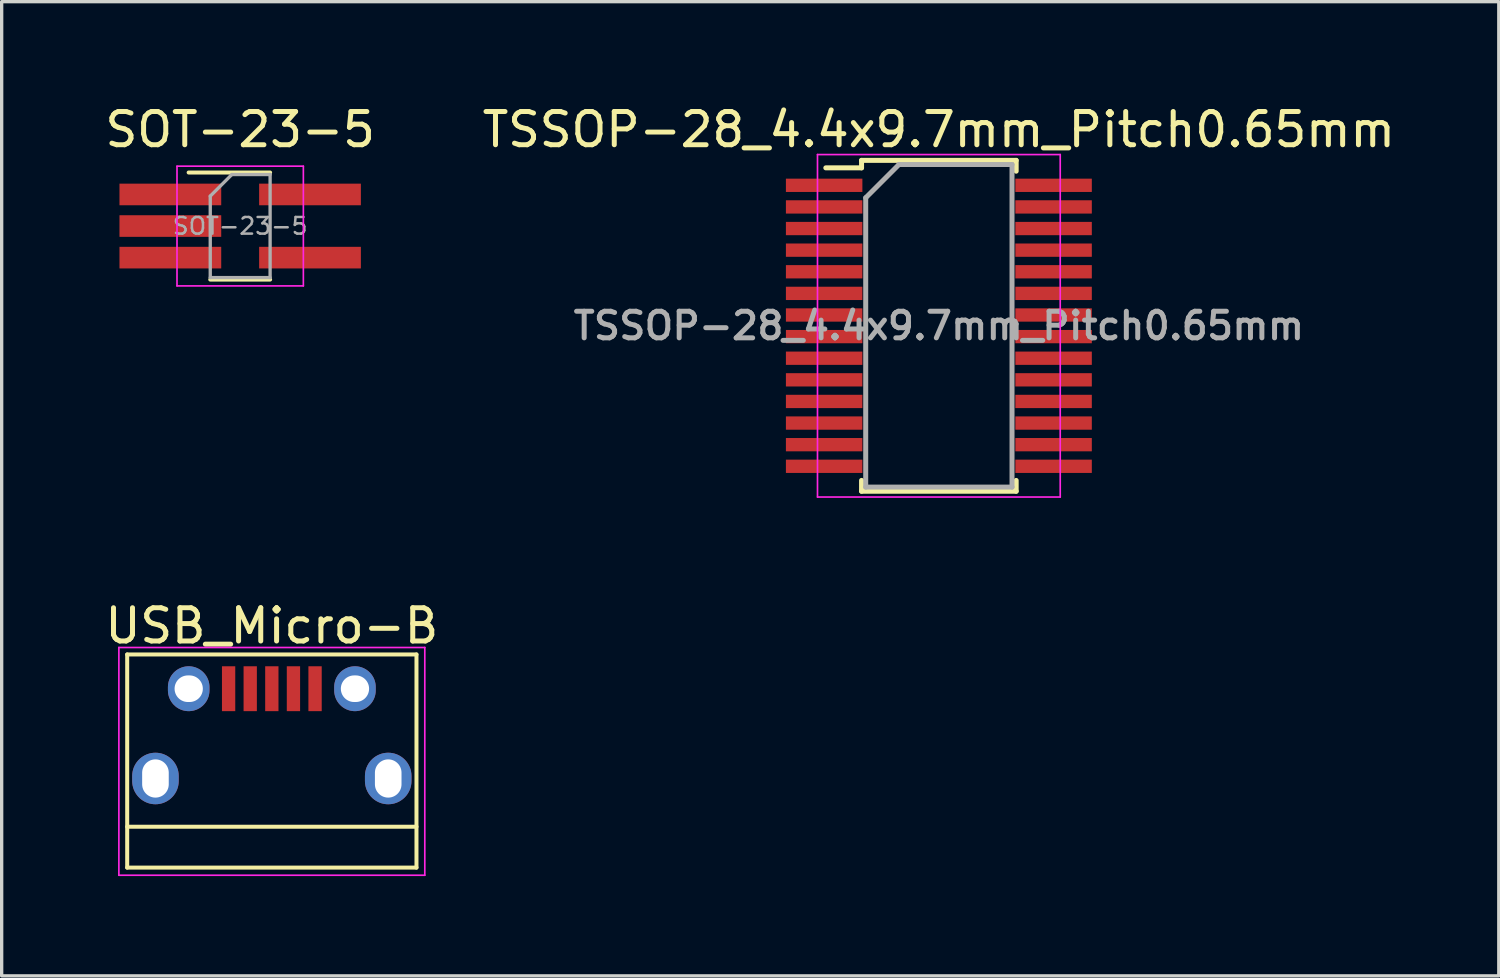
<source format=kicad_pcb>
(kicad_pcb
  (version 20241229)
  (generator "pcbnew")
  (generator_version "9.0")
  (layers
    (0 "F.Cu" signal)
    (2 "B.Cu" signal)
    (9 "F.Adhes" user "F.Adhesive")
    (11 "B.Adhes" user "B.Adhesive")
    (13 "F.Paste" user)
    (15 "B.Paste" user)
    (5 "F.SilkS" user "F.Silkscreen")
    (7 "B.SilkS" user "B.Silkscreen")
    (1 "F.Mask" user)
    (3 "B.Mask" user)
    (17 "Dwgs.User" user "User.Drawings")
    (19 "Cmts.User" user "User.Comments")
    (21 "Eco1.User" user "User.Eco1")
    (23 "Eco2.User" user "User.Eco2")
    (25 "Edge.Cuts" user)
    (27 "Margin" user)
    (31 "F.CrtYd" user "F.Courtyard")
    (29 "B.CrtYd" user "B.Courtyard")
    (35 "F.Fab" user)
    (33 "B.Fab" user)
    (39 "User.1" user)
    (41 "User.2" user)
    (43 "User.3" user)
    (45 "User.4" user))
  (footprint "TSSOP-28_4.4x9.7mm_Pitch0.65mm"
    (layer "F.Cu")
    (at 25.185 6.748)
    (property "Reference" "TSSOP-28_4.4x9.7mm_Pitch0.65mm" (at 0 -5.9 0) (layer "F.SilkS") (effects (font (size 1 1) (thickness 0.15))))
    (attr smd)
    (fp_line (start -2.325 -4.975) (end -2.325 -4.75) (stroke (width 0.15) (type solid)) (layer "F.SilkS"))
    (fp_line (start -2.325 -4.975) (end 2.325 -4.975) (stroke (width 0.15) (type solid)) (layer "F.SilkS"))
    (fp_line (start -2.325 -4.75) (end -3.4 -4.75) (stroke (width 0.15) (type solid)) (layer "F.SilkS"))
    (fp_line (start -2.325 4.975) (end -2.325 4.65) (stroke (width 0.15) (type solid)) (layer "F.SilkS"))
    (fp_line (start -2.325 4.975) (end 2.325 4.975) (stroke (width 0.15) (type solid)) (layer "F.SilkS"))
    (fp_line (start 2.325 -4.975) (end 2.325 -4.65) (stroke (width 0.15) (type solid)) (layer "F.SilkS"))
    (fp_line (start 2.325 4.975) (end 2.325 4.65) (stroke (width 0.15) (type solid)) (layer "F.SilkS"))
    (fp_line (start -3.65 -5.15) (end -3.65 5.15) (stroke (width 0.05) (type solid)) (layer "F.CrtYd"))
    (fp_line (start -3.65 -5.15) (end 3.65 -5.15) (stroke (width 0.05) (type solid)) (layer "F.CrtYd"))
    (fp_line (start -3.65 5.15) (end 3.65 5.15) (stroke (width 0.05) (type solid)) (layer "F.CrtYd"))
    (fp_line (start 3.65 -5.15) (end 3.65 5.15) (stroke (width 0.05) (type solid)) (layer "F.CrtYd"))
    (fp_line (start -2.2 -3.85) (end -1.2 -4.85) (stroke (width 0.15) (type solid)) (layer "F.Fab"))
    (fp_line (start -2.2 4.85) (end -2.2 -3.85) (stroke (width 0.15) (type solid)) (layer "F.Fab"))
    (fp_line (start -1.2 -4.85) (end 2.2 -4.85) (stroke (width 0.15) (type solid)) (layer "F.Fab"))
    (fp_line (start 2.2 -4.85) (end 2.2 4.85) (stroke (width 0.15) (type solid)) (layer "F.Fab"))
    (fp_line (start 2.2 4.85) (end -2.2 4.85) (stroke (width 0.15) (type solid)) (layer "F.Fab"))
    (fp_text user "${REFERENCE}" (at 0 0 0) (layer "F.Fab") (effects (font (size 0.8 0.8) (thickness 0.15))))
    (pad "1" smd rect (at -3.45 -4.225) (size 2.3 0.4) (layers "F.Cu" "F.Mask" "F.Paste"))
    (pad "2" smd rect (at -3.45 -3.575) (size 2.3 0.4) (layers "F.Cu" "F.Mask" "F.Paste"))
    (pad "3" smd rect (at -3.45 -2.925) (size 2.3 0.4) (layers "F.Cu" "F.Mask" "F.Paste"))
    (pad "4" smd rect (at -3.45 -2.275) (size 2.3 0.4) (layers "F.Cu" "F.Mask" "F.Paste"))
    (pad "5" smd rect (at -3.45 -1.625) (size 2.3 0.4) (layers "F.Cu" "F.Mask" "F.Paste"))
    (pad "6" smd rect (at -3.45 -0.975) (size 2.3 0.4) (layers "F.Cu" "F.Mask" "F.Paste"))
    (pad "7" smd rect (at -3.45 -0.325) (size 2.3 0.4) (layers "F.Cu" "F.Mask" "F.Paste"))
    (pad "8" smd rect (at -3.45 0.325) (size 2.3 0.4) (layers "F.Cu" "F.Mask" "F.Paste"))
    (pad "9" smd rect (at -3.45 0.975) (size 2.3 0.4) (layers "F.Cu" "F.Mask" "F.Paste"))
    (pad "10" smd rect (at -3.45 1.625) (size 2.3 0.4) (layers "F.Cu" "F.Mask" "F.Paste"))
    (pad "11" smd rect (at -3.45 2.275) (size 2.3 0.4) (layers "F.Cu" "F.Mask" "F.Paste"))
    (pad "12" smd rect (at -3.45 2.925) (size 2.3 0.4) (layers "F.Cu" "F.Mask" "F.Paste"))
    (pad "13" smd rect (at -3.45 3.575) (size 2.3 0.4) (layers "F.Cu" "F.Mask" "F.Paste"))
    (pad "14" smd rect (at -3.45 4.225) (size 2.3 0.4) (layers "F.Cu" "F.Mask" "F.Paste"))
    (pad "15" smd rect (at 3.45 4.225) (size 2.3 0.4) (layers "F.Cu" "F.Mask" "F.Paste"))
    (pad "16" smd rect (at 3.45 3.575) (size 2.3 0.4) (layers "F.Cu" "F.Mask" "F.Paste"))
    (pad "17" smd rect (at 3.45 2.925) (size 2.3 0.4) (layers "F.Cu" "F.Mask" "F.Paste"))
    (pad "18" smd rect (at 3.45 2.275) (size 2.3 0.4) (layers "F.Cu" "F.Mask" "F.Paste"))
    (pad "19" smd rect (at 3.45 1.625) (size 2.3 0.4) (layers "F.Cu" "F.Mask" "F.Paste"))
    (pad "20" smd rect (at 3.45 0.975) (size 2.3 0.4) (layers "F.Cu" "F.Mask" "F.Paste"))
    (pad "21" smd rect (at 3.45 0.325) (size 2.3 0.4) (layers "F.Cu" "F.Mask" "F.Paste"))
    (pad "22" smd rect (at 3.45 -0.325) (size 2.3 0.4) (layers "F.Cu" "F.Mask" "F.Paste"))
    (pad "23" smd rect (at 3.45 -0.975) (size 2.3 0.4) (layers "F.Cu" "F.Mask" "F.Paste"))
    (pad "24" smd rect (at 3.45 -1.625) (size 2.3 0.4) (layers "F.Cu" "F.Mask" "F.Paste"))
    (pad "25" smd rect (at 3.45 -2.275) (size 2.3 0.4) (layers "F.Cu" "F.Mask" "F.Paste"))
    (pad "26" smd rect (at 3.45 -2.925) (size 2.3 0.4) (layers "F.Cu" "F.Mask" "F.Paste"))
    (pad "27" smd rect (at 3.45 -3.575) (size 2.3 0.4) (layers "F.Cu" "F.Mask" "F.Paste"))
    (pad "28" smd rect (at 3.45 -4.225) (size 2.3 0.4) (layers "F.Cu" "F.Mask" "F.Paste")))
  (footprint "USB_Micro-B"
    (layer "F.Cu")
    (at 5.125 19.012)
    (property "Reference" "USB_Micro-B" (at 0 -3.24 0) (layer "F.SilkS") (effects (font (size 1 1) (thickness 0.15))))
    (attr smd)
    (fp_line (start -4.35 -2.38) (end 4.35 -2.38) (stroke (width 0.12) (type solid)) (layer "F.SilkS"))
    (fp_line (start -4.35 4.03) (end -4.35 -2.38) (stroke (width 0.12) (type solid)) (layer "F.SilkS"))
    (fp_line (start -4.35 4.03) (end 4.35 4.03) (stroke (width 0.12) (type solid)) (layer "F.SilkS"))
    (fp_line (start 4.35 -2.38) (end 4.35 4.03) (stroke (width 0.12) (type solid)) (layer "F.SilkS"))
    (fp_line (start 4.35 2.8) (end -4.35 2.8) (stroke (width 0.12) (type solid)) (layer "F.SilkS"))
    (fp_line (start -4.6 -2.59) (end 4.6 -2.59) (stroke (width 0.05) (type solid)) (layer "F.CrtYd"))
    (fp_line (start -4.6 4.26) (end -4.6 -2.59) (stroke (width 0.05) (type solid)) (layer "F.CrtYd"))
    (fp_line (start 4.6 -2.59) (end 4.6 4.26) (stroke (width 0.05) (type solid)) (layer "F.CrtYd"))
    (fp_line (start 4.6 4.26) (end -4.6 4.26) (stroke (width 0.05) (type solid)) (layer "F.CrtYd"))
    (pad "1" smd rect (at -1.3 -1.35 90) (size 1.35 0.4) (layers "F.Cu" "F.Mask" "F.Paste"))
    (pad "2" smd rect (at -0.65 -1.35 90) (size 1.35 0.4) (layers "F.Cu" "F.Mask" "F.Paste"))
    (pad "3" smd rect (at 0 -1.35 90) (size 1.35 0.4) (layers "F.Cu" "F.Mask" "F.Paste"))
    (pad "4" smd rect (at 0.65 -1.35 90) (size 1.35 0.4) (layers "F.Cu" "F.Mask" "F.Paste"))
    (pad "5" smd rect (at 1.3 -1.35 90) (size 1.35 0.4) (layers "F.Cu" "F.Mask" "F.Paste"))
    (pad "6" thru_hole oval (at -3.5 1.35 90) (size 1.55 1.4) (drill oval 1.15 0.8) (layers "*.Cu" "*.Mask"))
    (pad "6" thru_hole oval (at -2.5 -1.35 90) (size 1.35 1.25) (drill oval 0.8 0.85) (layers "*.Cu" "*.Mask"))
    (pad "6" thru_hole oval (at 2.5 -1.35 90) (size 1.35 1.25) (drill oval 0.8 0.85) (layers "*.Cu" "*.Mask"))
    (pad "6" thru_hole oval (at 3.5 1.35 90) (size 1.55 1.4) (drill oval 1.15 0.8) (layers "*.Cu" "*.Mask")))
  (footprint "SOT-23-5"
    (layer "F.Cu")
    (at 4.173 3.748)
    (property "Reference" "SOT-23-5" (at 0 -2.9 0) (layer "F.SilkS") (effects (font (size 1 1) (thickness 0.15))))
    (attr smd)
    (fp_line (start -0.9 1.61) (end 0.9 1.61) (stroke (width 0.12) (type solid)) (layer "F.SilkS"))
    (fp_line (start 0.9 -1.61) (end -1.55 -1.61) (stroke (width 0.12) (type solid)) (layer "F.SilkS"))
    (fp_line (start -1.9 -1.8) (end 1.9 -1.8) (stroke (width 0.05) (type solid)) (layer "F.CrtYd"))
    (fp_line (start -1.9 1.8) (end -1.9 -1.8) (stroke (width 0.05) (type solid)) (layer "F.CrtYd"))
    (fp_line (start 1.9 -1.8) (end 1.9 1.8) (stroke (width 0.05) (type solid)) (layer "F.CrtYd"))
    (fp_line (start 1.9 1.8) (end -1.9 1.8) (stroke (width 0.05) (type solid)) (layer "F.CrtYd"))
    (fp_line (start -0.9 -0.9) (end -0.9 1.55) (stroke (width 0.1) (type solid)) (layer "F.Fab"))
    (fp_line (start -0.9 -0.9) (end -0.25 -1.55) (stroke (width 0.1) (type solid)) (layer "F.Fab"))
    (fp_line (start 0.9 -1.55) (end -0.25 -1.55) (stroke (width 0.1) (type solid)) (layer "F.Fab"))
    (fp_line (start 0.9 -1.55) (end 0.9 1.55) (stroke (width 0.1) (type solid)) (layer "F.Fab"))
    (fp_line (start 0.9 1.55) (end -0.9 1.55) (stroke (width 0.1) (type solid)) (layer "F.Fab"))
    (fp_text user "${REFERENCE}" (at 0 0 0) (layer "F.Fab") (effects (font (size 0.5 0.5) (thickness 0.075))))
    (pad "1" smd rect (at -2.1 -0.95) (size 3.06 0.65) (layers "F.Cu" "F.Mask" "F.Paste"))
    (pad "2" smd rect (at -2.1 0) (size 3.06 0.65) (layers "F.Cu" "F.Mask" "F.Paste"))
    (pad "3" smd rect (at -2.1 0.95) (size 3.06 0.65) (layers "F.Cu" "F.Mask" "F.Paste"))
    (pad "4" smd rect (at 2.1 0.95) (size 3.06 0.65) (layers "F.Cu" "F.Mask" "F.Paste"))
    (pad "5" smd rect (at 2.1 -0.95) (size 3.06 0.65) (layers "F.Cu" "F.Mask" "F.Paste")))
  (gr_rect
    (start -3 -3)
    (end 42.024 26.297)
    (stroke (width 0.1) (type default))
    (fill no)
    (layer "Edge.Cuts")))
</source>
